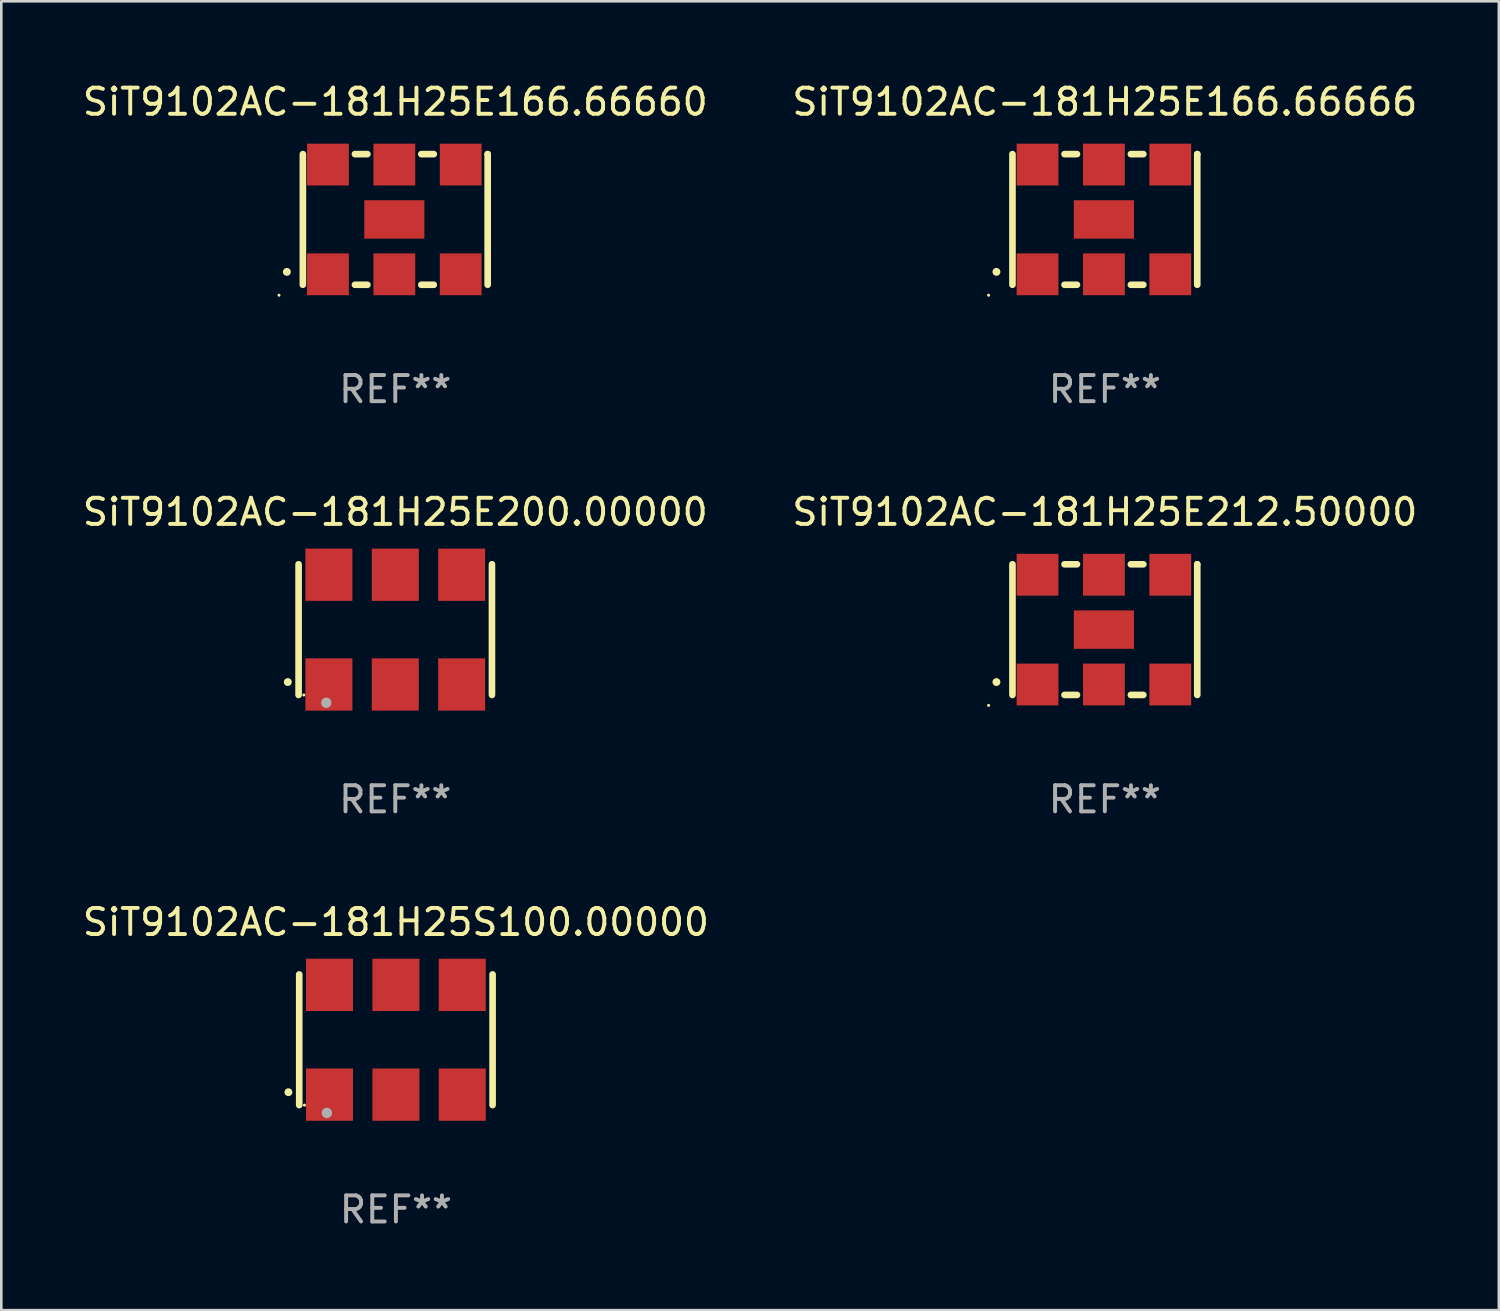
<source format=kicad_pcb>
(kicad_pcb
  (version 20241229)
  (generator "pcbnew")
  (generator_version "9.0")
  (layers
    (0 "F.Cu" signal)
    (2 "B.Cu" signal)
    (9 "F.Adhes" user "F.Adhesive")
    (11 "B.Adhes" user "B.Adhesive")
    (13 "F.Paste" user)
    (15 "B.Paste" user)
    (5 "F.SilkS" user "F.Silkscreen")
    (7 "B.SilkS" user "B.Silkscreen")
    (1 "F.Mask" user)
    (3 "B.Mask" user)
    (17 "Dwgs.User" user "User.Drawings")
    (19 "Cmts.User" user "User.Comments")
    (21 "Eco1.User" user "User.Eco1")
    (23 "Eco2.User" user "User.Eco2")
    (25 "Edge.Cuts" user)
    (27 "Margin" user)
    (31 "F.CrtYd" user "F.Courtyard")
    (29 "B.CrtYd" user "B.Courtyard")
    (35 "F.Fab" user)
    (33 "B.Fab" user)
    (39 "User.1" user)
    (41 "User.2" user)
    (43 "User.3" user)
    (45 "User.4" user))
  (footprint "SiT9102AC-181H25E200.00000"
    (layer "F.Cu")
    (at 12.077 21.045)
    (property "Reference" "SiT9102AC-181H25E200.00000" (at 0 -4.5 0) (layer "F.SilkS") (effects (font (size 1 1) (thickness 0.15))))
    (attr through_hole)
    (fp_line (start -3.7 -2.5) (end -3.7 2.5) (stroke (width 0.254) (type solid)) (layer "F.SilkS"))
    (fp_line (start 3.7 -2.5) (end 3.7 2.5) (stroke (width 0.254) (type solid)) (layer "F.SilkS"))
    (fp_arc (start -4.114415 2.006604) (mid -4.113145 2.006599) (end -4.111875 2.006604) (stroke (width 0.3) (type solid)) (layer "F.SilkS"))
    (fp_circle (center -3.5 2.501) (end -3.47 2.501) (stroke (width 0.06) (type solid)) (fill no) (layer "F.SilkS"))
    (fp_circle (center -2.641 2.799) (end -2.541 2.799) (stroke (width 0.2) (type solid)) (fill no) (layer "F.Fab"))
    (fp_text user "REF**" (at 0 6.5 0) (layer "F.Fab") (effects (font (size 1 1) (thickness 0.15))))
    (pad "1" smd rect (at -2.54 2.1) (size 1.8 2) (layers "F.Cu" "F.Mask" "F.Paste"))
    (pad "2" smd rect (at 0.000394 2.1) (size 1.8 2) (layers "F.Cu" "F.Mask" "F.Paste"))
    (pad "3" smd rect (at 2.54 2.1) (size 1.8 2) (layers "F.Cu" "F.Mask" "F.Paste"))
    (pad "4" smd rect (at 2.54 -2.1) (size 1.8 2) (layers "F.Cu" "F.Mask" "F.Paste"))
    (pad "5" smd rect (at 0.000394 -2.1) (size 1.8 2) (layers "F.Cu" "F.Mask" "F.Paste"))
    (pad "6" smd rect (at -2.54 -2.1) (size 1.8 2) (layers "F.Cu" "F.Mask" "F.Paste")))
  (footprint "SiT9102AC-181H25S100.00000"
    (layer "F.Cu")
    (at 12.101 36.741)
    (property "Reference" "SiT9102AC-181H25S100.00000" (at 0 -4.5 0) (layer "F.SilkS") (effects (font (size 1 1) (thickness 0.15))))
    (attr through_hole)
    (fp_line (start -3.7 -2.5) (end -3.7 2.5) (stroke (width 0.254) (type solid)) (layer "F.SilkS"))
    (fp_line (start 3.7 -2.5) (end 3.7 2.5) (stroke (width 0.254) (type solid)) (layer "F.SilkS"))
    (fp_arc (start -4.114415 2.006604) (mid -4.113145 2.006599) (end -4.111875 2.006604) (stroke (width 0.3) (type solid)) (layer "F.SilkS"))
    (fp_circle (center -3.5 2.501) (end -3.47 2.501) (stroke (width 0.06) (type solid)) (fill no) (layer "F.SilkS"))
    (fp_circle (center -2.641 2.799) (end -2.541 2.799) (stroke (width 0.2) (type solid)) (fill no) (layer "F.Fab"))
    (fp_text user "REF**" (at 0 6.5 0) (layer "F.Fab") (effects (font (size 1 1) (thickness 0.15))))
    (pad "1" smd rect (at -2.54 2.1) (size 1.8 2) (layers "F.Cu" "F.Mask" "F.Paste"))
    (pad "2" smd rect (at 0.000394 2.1) (size 1.8 2) (layers "F.Cu" "F.Mask" "F.Paste"))
    (pad "3" smd rect (at 2.54 2.1) (size 1.8 2) (layers "F.Cu" "F.Mask" "F.Paste"))
    (pad "4" smd rect (at 2.54 -2.1) (size 1.8 2) (layers "F.Cu" "F.Mask" "F.Paste"))
    (pad "5" smd rect (at 0.000394 -2.1) (size 1.8 2) (layers "F.Cu" "F.Mask" "F.Paste"))
    (pad "6" smd rect (at -2.54 -2.1) (size 1.8 2) (layers "F.Cu" "F.Mask" "F.Paste")))
  (footprint "SiT9102AC-181H25E166.66660"
    (layer "F.Cu")
    (at 12.077 5.348)
    (property "Reference" "SiT9102AC-181H25E166.66660" (at 0 -4.5 0) (layer "F.SilkS") (effects (font (size 1 1) (thickness 0.15))))
    (attr through_hole)
    (fp_line (start -3.536 -2.5) (end -3.536 2.5) (stroke (width 0.254) (type solid)) (layer "F.SilkS"))
    (fp_line (start -1.544 2.5) (end -1.067 2.5) (stroke (width 0.254) (type solid)) (layer "F.SilkS"))
    (fp_line (start -1.067 -2.5) (end -1.544 -2.5) (stroke (width 0.254) (type solid)) (layer "F.SilkS"))
    (fp_line (start 0.996 2.5) (end 1.473 2.5) (stroke (width 0.254) (type solid)) (layer "F.SilkS"))
    (fp_line (start 1.473 -2.5) (end 0.996 -2.5) (stroke (width 0.254) (type solid)) (layer "F.SilkS"))
    (fp_line (start 3.536 -2.5) (end 3.536 -2.5) (stroke (width 0.254) (type solid)) (layer "F.SilkS"))
    (fp_line (start 3.536 2.5) (end 3.536 -2.5) (stroke (width 0.254) (type solid)) (layer "F.SilkS"))
    (fp_arc (start -4.150432 2.006604) (mid -4.149162 2.006599) (end -4.147892 2.006604) (stroke (width 0.3) (type solid)) (layer "F.SilkS"))
    (fp_circle (center -4.449 2.9) (end -4.419 2.9) (stroke (width 0.06) (type solid)) (fill no) (layer "F.SilkS"))
    (fp_text user "REF**" (at 0 6.5 0) (layer "F.Fab") (effects (font (size 1 1) (thickness 0.15))))
    (pad "1" smd rect (at -2.576 2.1) (size 1.6 1.6) (layers "F.Cu" "F.Mask" "F.Paste"))
    (pad "2" smd rect (at -0.036 2.1) (size 1.6 1.6) (layers "F.Cu" "F.Mask" "F.Paste"))
    (pad "3" smd rect (at 2.504 2.1) (size 1.6 1.6) (layers "F.Cu" "F.Mask" "F.Paste"))
    (pad "4" smd rect (at 2.504 -2.1) (size 1.6 1.6) (layers "F.Cu" "F.Mask" "F.Paste"))
    (pad "5" smd rect (at -0.036 -2.1) (size 1.6 1.6) (layers "F.Cu" "F.Mask" "F.Paste"))
    (pad "6" smd rect (at -2.576 -2.1) (size 1.6 1.6) (layers "F.Cu" "F.Mask" "F.Paste"))
    (pad "7" smd rect (at -0.036 0) (size 2.3 1.47) (layers "F.Cu" "F.Mask" "F.Paste")))
  (footprint "SiT9102AC-181H25E166.66666"
    (layer "F.Cu")
    (at 39.232 5.348)
    (property "Reference" "SiT9102AC-181H25E166.66666" (at 0 -4.5 0) (layer "F.SilkS") (effects (font (size 1 1) (thickness 0.15))))
    (attr through_hole)
    (fp_line (start -3.536 -2.5) (end -3.536 2.5) (stroke (width 0.254) (type solid)) (layer "F.SilkS"))
    (fp_line (start -1.544 2.5) (end -1.067 2.5) (stroke (width 0.254) (type solid)) (layer "F.SilkS"))
    (fp_line (start -1.067 -2.5) (end -1.544 -2.5) (stroke (width 0.254) (type solid)) (layer "F.SilkS"))
    (fp_line (start 0.996 2.5) (end 1.473 2.5) (stroke (width 0.254) (type solid)) (layer "F.SilkS"))
    (fp_line (start 1.473 -2.5) (end 0.996 -2.5) (stroke (width 0.254) (type solid)) (layer "F.SilkS"))
    (fp_line (start 3.536 -2.5) (end 3.536 -2.5) (stroke (width 0.254) (type solid)) (layer "F.SilkS"))
    (fp_line (start 3.536 2.5) (end 3.536 -2.5) (stroke (width 0.254) (type solid)) (layer "F.SilkS"))
    (fp_arc (start -4.150432 2.006604) (mid -4.149162 2.006599) (end -4.147892 2.006604) (stroke (width 0.3) (type solid)) (layer "F.SilkS"))
    (fp_circle (center -4.449 2.9) (end -4.419 2.9) (stroke (width 0.06) (type solid)) (fill no) (layer "F.SilkS"))
    (fp_text user "REF**" (at 0 6.5 0) (layer "F.Fab") (effects (font (size 1 1) (thickness 0.15))))
    (pad "1" smd rect (at -2.576 2.1) (size 1.6 1.6) (layers "F.Cu" "F.Mask" "F.Paste"))
    (pad "2" smd rect (at -0.036 2.1) (size 1.6 1.6) (layers "F.Cu" "F.Mask" "F.Paste"))
    (pad "3" smd rect (at 2.504 2.1) (size 1.6 1.6) (layers "F.Cu" "F.Mask" "F.Paste"))
    (pad "4" smd rect (at 2.504 -2.1) (size 1.6 1.6) (layers "F.Cu" "F.Mask" "F.Paste"))
    (pad "5" smd rect (at -0.036 -2.1) (size 1.6 1.6) (layers "F.Cu" "F.Mask" "F.Paste"))
    (pad "6" smd rect (at -2.576 -2.1) (size 1.6 1.6) (layers "F.Cu" "F.Mask" "F.Paste"))
    (pad "7" smd rect (at -0.036 0) (size 2.3 1.47) (layers "F.Cu" "F.Mask" "F.Paste")))
  (footprint "SiT9102AC-181H25E212.50000"
    (layer "F.Cu")
    (at 39.232 21.045)
    (property "Reference" "SiT9102AC-181H25E212.50000" (at 0 -4.5 0) (layer "F.SilkS") (effects (font (size 1 1) (thickness 0.15))))
    (attr through_hole)
    (fp_line (start -3.536 -2.5) (end -3.536 2.5) (stroke (width 0.254) (type solid)) (layer "F.SilkS"))
    (fp_line (start -1.544 2.5) (end -1.067 2.5) (stroke (width 0.254) (type solid)) (layer "F.SilkS"))
    (fp_line (start -1.067 -2.5) (end -1.544 -2.5) (stroke (width 0.254) (type solid)) (layer "F.SilkS"))
    (fp_line (start 0.996 2.5) (end 1.473 2.5) (stroke (width 0.254) (type solid)) (layer "F.SilkS"))
    (fp_line (start 1.473 -2.5) (end 0.996 -2.5) (stroke (width 0.254) (type solid)) (layer "F.SilkS"))
    (fp_line (start 3.536 -2.5) (end 3.536 -2.5) (stroke (width 0.254) (type solid)) (layer "F.SilkS"))
    (fp_line (start 3.536 2.5) (end 3.536 -2.5) (stroke (width 0.254) (type solid)) (layer "F.SilkS"))
    (fp_arc (start -4.150432 2.006604) (mid -4.149162 2.006599) (end -4.147892 2.006604) (stroke (width 0.3) (type solid)) (layer "F.SilkS"))
    (fp_circle (center -4.449 2.9) (end -4.419 2.9) (stroke (width 0.06) (type solid)) (fill no) (layer "F.SilkS"))
    (fp_text user "REF**" (at 0 6.5 0) (layer "F.Fab") (effects (font (size 1 1) (thickness 0.15))))
    (pad "1" smd rect (at -2.576 2.1) (size 1.6 1.6) (layers "F.Cu" "F.Mask" "F.Paste"))
    (pad "2" smd rect (at -0.036 2.1) (size 1.6 1.6) (layers "F.Cu" "F.Mask" "F.Paste"))
    (pad "3" smd rect (at 2.504 2.1) (size 1.6 1.6) (layers "F.Cu" "F.Mask" "F.Paste"))
    (pad "4" smd rect (at 2.504 -2.1) (size 1.6 1.6) (layers "F.Cu" "F.Mask" "F.Paste"))
    (pad "5" smd rect (at -0.036 -2.1) (size 1.6 1.6) (layers "F.Cu" "F.Mask" "F.Paste"))
    (pad "6" smd rect (at -2.576 -2.1) (size 1.6 1.6) (layers "F.Cu" "F.Mask" "F.Paste"))
    (pad "7" smd rect (at -0.036 0) (size 2.3 1.47) (layers "F.Cu" "F.Mask" "F.Paste")))
  (gr_rect
    (start -3 -3)
    (end 54.31 47.09)
    (stroke (width 0.1) (type default))
    (fill no)
    (layer "Edge.Cuts")))
</source>
